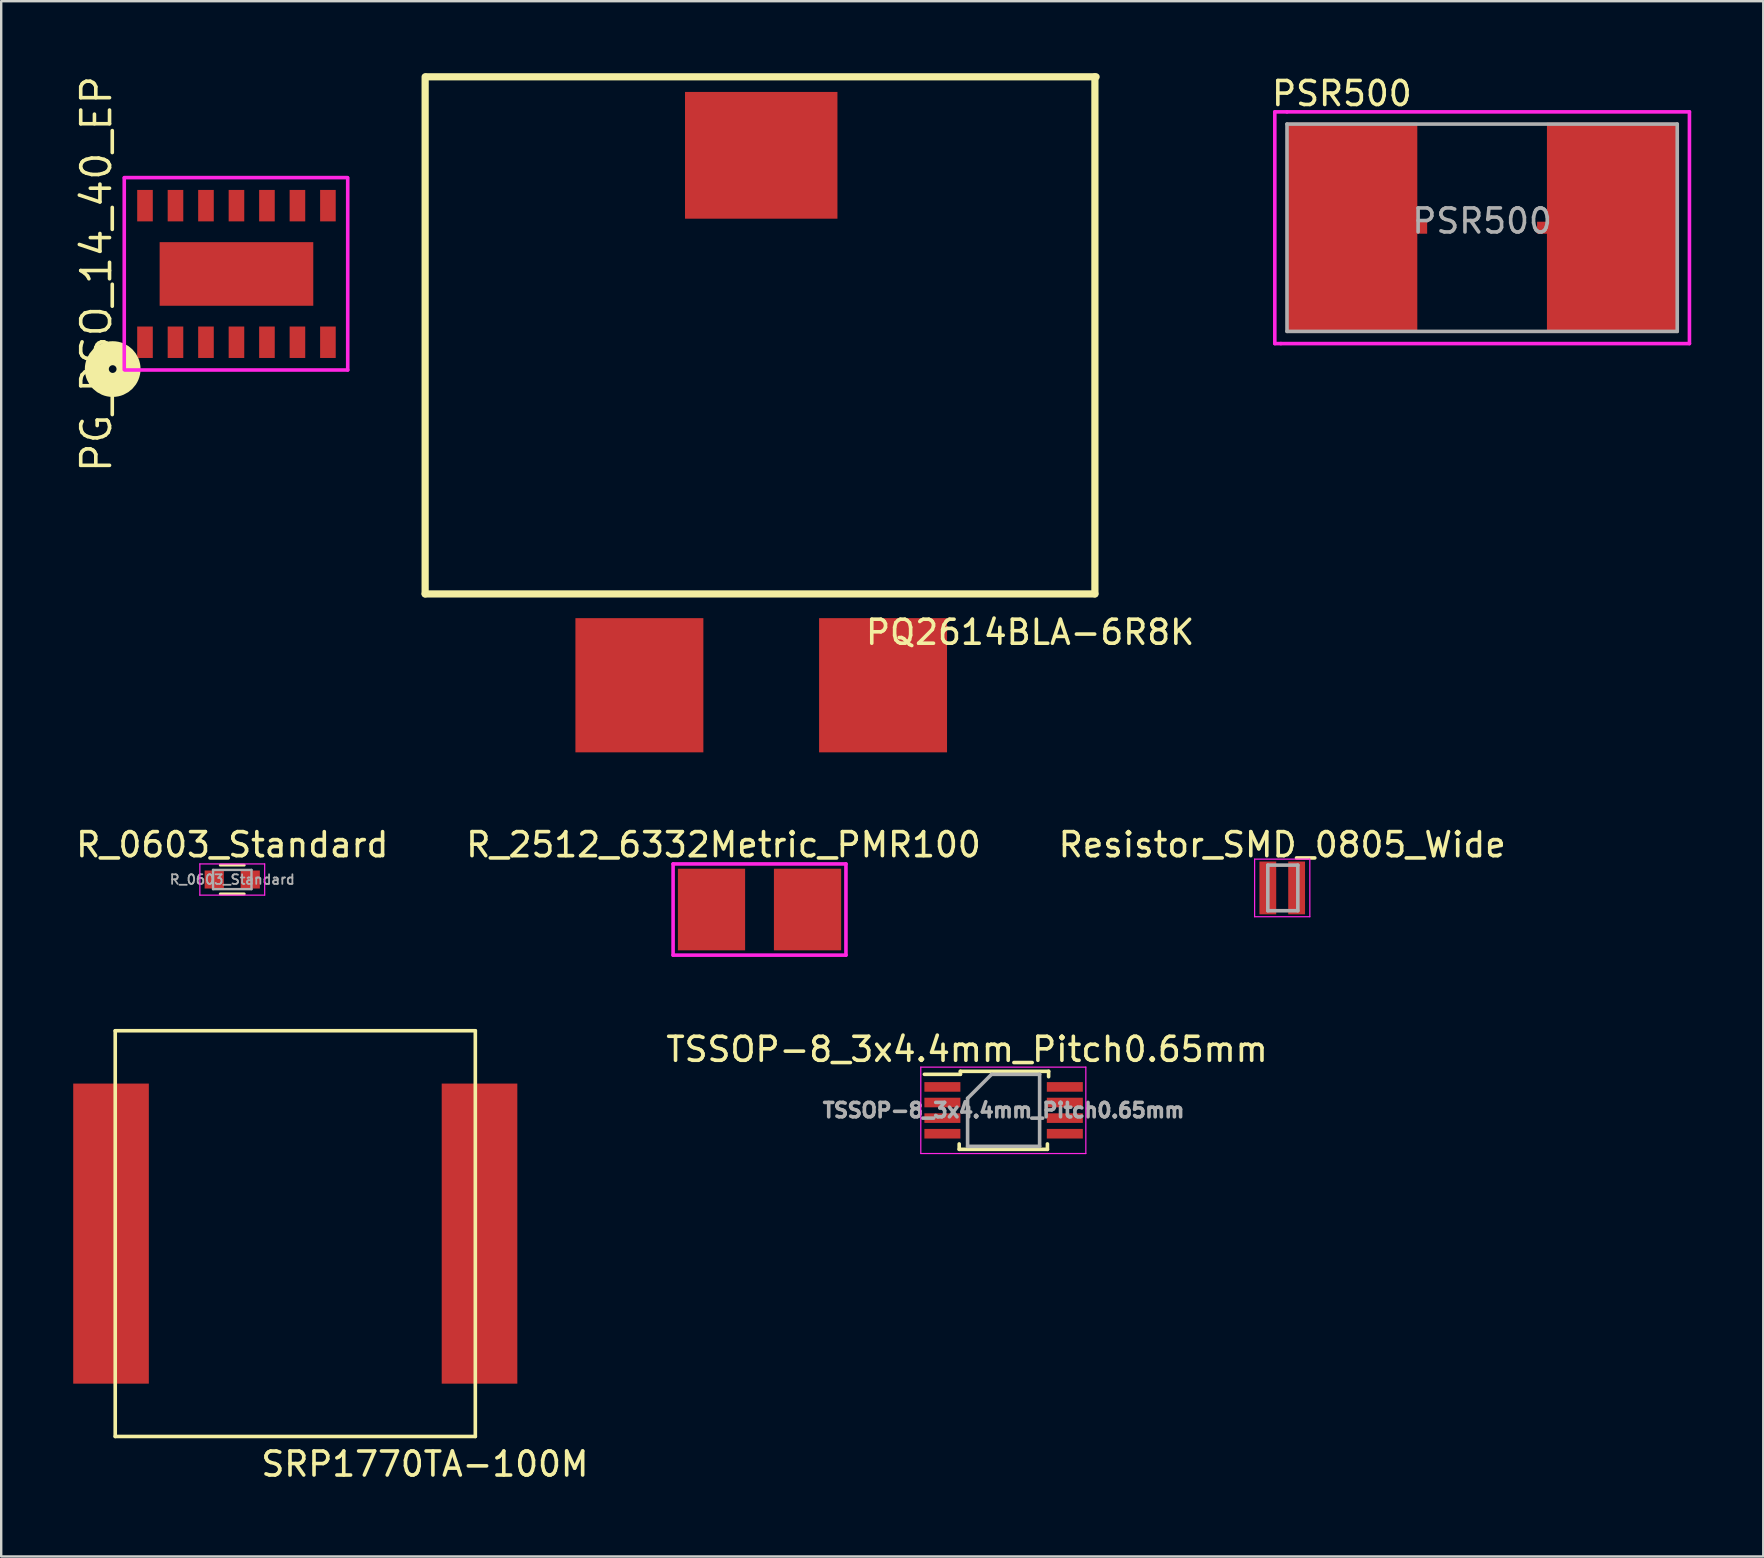
<source format=kicad_pcb>
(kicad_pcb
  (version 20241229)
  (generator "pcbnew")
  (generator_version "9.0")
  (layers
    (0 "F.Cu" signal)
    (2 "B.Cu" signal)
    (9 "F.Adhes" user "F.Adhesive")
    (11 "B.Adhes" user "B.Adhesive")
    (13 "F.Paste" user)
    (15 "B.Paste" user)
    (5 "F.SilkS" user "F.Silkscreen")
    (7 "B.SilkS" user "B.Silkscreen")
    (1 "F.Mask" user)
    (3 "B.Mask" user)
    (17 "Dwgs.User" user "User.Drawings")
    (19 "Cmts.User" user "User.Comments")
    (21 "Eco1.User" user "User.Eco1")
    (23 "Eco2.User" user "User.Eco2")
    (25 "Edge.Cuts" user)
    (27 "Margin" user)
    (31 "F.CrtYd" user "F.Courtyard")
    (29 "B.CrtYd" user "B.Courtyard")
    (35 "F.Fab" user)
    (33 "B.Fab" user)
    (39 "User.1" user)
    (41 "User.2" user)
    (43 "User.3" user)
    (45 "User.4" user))
  (footprint "TSSOP-8_3x4.4mm_Pitch0.65mm"
    (layer "F.Cu")
    (at 38.757 43.202)
    (property "Reference" "TSSOP-8_3x4.4mm_Pitch0.65mm" (at -1.524 -2.54 0) (layer "F.SilkS") (effects (font (size 1 1) (thickness 0.15))))
    (attr smd)
    (fp_line (start -1.85 1.625) (end -1.85 1.4) (stroke (width 0.15) (type solid)) (layer "F.SilkS"))
    (fp_line (start -1.85 1.625) (end 1.825 1.625) (stroke (width 0.15) (type solid)) (layer "F.SilkS"))
    (fp_line (start -1.8 -1.625) (end -1.8 -1.5) (stroke (width 0.15) (type solid)) (layer "F.SilkS"))
    (fp_line (start -1.8 -1.625) (end 1.875 -1.625) (stroke (width 0.15) (type solid)) (layer "F.SilkS"))
    (fp_line (start -1.8 -1.5) (end -3.3 -1.5) (stroke (width 0.15) (type solid)) (layer "F.SilkS"))
    (fp_line (start 1.825 1.625) (end 1.825 1.4) (stroke (width 0.15) (type solid)) (layer "F.SilkS"))
    (fp_line (start 1.875 -1.625) (end 1.875 -1.4) (stroke (width 0.15) (type solid)) (layer "F.SilkS"))
    (fp_line (start -3.45 -1.8) (end -3.45 1.8) (stroke (width 0.05) (type solid)) (layer "F.CrtYd"))
    (fp_line (start -3.45 -1.8) (end 3.425 -1.8) (stroke (width 0.05) (type solid)) (layer "F.CrtYd"))
    (fp_line (start -3.45 1.8) (end 3.425 1.8) (stroke (width 0.05) (type solid)) (layer "F.CrtYd"))
    (fp_line (start 3.425 -1.8) (end 3.425 1.8) (stroke (width 0.05) (type solid)) (layer "F.CrtYd"))
    (fp_line (start -1.5 -0.5) (end -0.5 -1.5) (stroke (width 0.15) (type solid)) (layer "F.Fab"))
    (fp_line (start -1.5 1.5) (end -1.5 -0.5) (stroke (width 0.15) (type solid)) (layer "F.Fab"))
    (fp_line (start -0.5 -1.5) (end 1.5 -1.5) (stroke (width 0.15) (type solid)) (layer "F.Fab"))
    (fp_line (start 1.5 -1.5) (end 1.5 1.5) (stroke (width 0.15) (type solid)) (layer "F.Fab"))
    (fp_line (start 1.5 1.5) (end -1.5 1.5) (stroke (width 0.15) (type solid)) (layer "F.Fab"))
    (fp_text user "${REFERENCE}" (at 0 0 0) (layer "F.Fab") (effects (font (size 0.6 0.6) (thickness 0.15))))
    (pad "1" smd rect (at -2.55 -0.975) (size 1.5 0.4) (layers "F.Cu" "F.Mask" "F.Paste"))
    (pad "2" smd rect (at -2.55 -0.325) (size 1.5 0.4) (layers "F.Cu" "F.Mask" "F.Paste"))
    (pad "3" smd rect (at -2.55 0.325) (size 1.5 0.4) (layers "F.Cu" "F.Mask" "F.Paste"))
    (pad "4" smd rect (at -2.55 0.975) (size 1.5 0.4) (layers "F.Cu" "F.Mask" "F.Paste"))
    (pad "5" smd rect (at 2.55 0.975) (size 1.5 0.4) (layers "F.Cu" "F.Mask" "F.Paste"))
    (pad "6" smd rect (at 2.55 0.325) (size 1.5 0.4) (layers "F.Cu" "F.Mask" "F.Paste"))
    (pad "7" smd rect (at 2.55 -0.325) (size 1.5 0.4) (layers "F.Cu" "F.Mask" "F.Paste"))
    (pad "8" smd rect (at 2.55 -0.975) (size 1.5 0.4) (layers "F.Cu" "F.Mask" "F.Paste")))
  (footprint "PSR500"
    (layer "F.Cu")
    (at 58.69 6.411)
    (property "Reference" "PSR500" (at -5.842 -5.563 0) (layer "F.SilkS") (effects (font (size 1 1) (thickness 0.15))))
    (attr through_hole)
    (fp_line (start -8.636 -4.801) (end -8.128 -4.801) (stroke (width 0.15) (type solid)) (layer "F.CrtYd"))
    (fp_line (start -8.636 4.851) (end -8.636 -4.801) (stroke (width 0.15) (type solid)) (layer "F.CrtYd"))
    (fp_line (start -8.382 4.851) (end -8.636 4.851) (stroke (width 0.15) (type solid)) (layer "F.CrtYd"))
    (fp_line (start -8.128 -4.801) (end 8.636 -4.801) (stroke (width 0.15) (type solid)) (layer "F.CrtYd"))
    (fp_line (start 8.636 -4.801) (end 8.636 4.851) (stroke (width 0.15) (type solid)) (layer "F.CrtYd"))
    (fp_line (start 8.636 4.851) (end -8.382 4.851) (stroke (width 0.15) (type solid)) (layer "F.CrtYd"))
    (fp_line (start -8.128 -4.293) (end 8.128 -4.293) (stroke (width 0.15) (type solid)) (layer "F.Fab"))
    (fp_line (start -8.128 4.343) (end -8.128 -4.293) (stroke (width 0.15) (type solid)) (layer "F.Fab"))
    (fp_line (start 8.128 -4.293) (end 8.128 4.343) (stroke (width 0.15) (type solid)) (layer "F.Fab"))
    (fp_line (start 8.128 4.343) (end -8.128 4.343) (stroke (width 0.15) (type solid)) (layer "F.Fab"))
    (fp_text user "${REFERENCE}" (at 0 -0.254 0) (layer "F.Fab") (effects (font (size 1 1) (thickness 0.15))))
    (pad "1" smd rect (at -5.4 -2.007) (size 4.8 3.8) (layers "F.Cu" "F.Paste"))
    (pad "1" smd rect (at -5.4 0.025) (size 5.4 8.75) (layers "F.Cu" "F.Mask"))
    (pad "1" smd rect (at -5.4 2.057) (size 4.8 3.8) (layers "F.Cu" "F.Paste"))
    (pad "2" smd rect (at -2.54 0.025) (size 0.5 0.5) (layers "F.Cu" "F.Mask"))
    (pad "3" smd rect (at 2.54 0.025) (size 0.5 0.5) (layers "F.Cu" "F.Mask"))
    (pad "4" smd rect (at 5.4 -2.007) (size 4.8 3.8) (layers "F.Cu" "F.Paste"))
    (pad "4" smd rect (at 5.4 0.025) (size 5.4 8.75) (layers "F.Cu" "F.Mask"))
    (pad "4" smd rect (at 5.4 2.057) (size 4.8 3.8) (layers "F.Cu" "F.Paste")))
  (footprint "R_2512_6332Metric_PMR100"
    (layer "F.Cu")
    (at 26.589 34.838)
    (property "Reference" "R_2512_6332Metric_PMR100" (at 0.5 -2.7 0) (layer "F.SilkS") (effects (font (size 1 1) (thickness 0.15))))
    (attr through_hole)
    (fp_line (start -1.6 -1.9) (end -1.6 1.9) (stroke (width 0.15) (type solid)) (layer "F.CrtYd"))
    (fp_line (start -1.6 1.9) (end 5.6 1.9) (stroke (width 0.15) (type solid)) (layer "F.CrtYd"))
    (fp_line (start 5.6 -1.9) (end -1.6 -1.9) (stroke (width 0.15) (type solid)) (layer "F.CrtYd"))
    (fp_line (start 5.6 1.9) (end 5.6 -1.9) (stroke (width 0.15) (type solid)) (layer "F.CrtYd"))
    (pad "1" smd rect (at 0 0) (size 2.8 3.4) (layers "F.Cu" "F.Mask" "F.Paste"))
    (pad "2" smd rect (at 4 0) (size 2.8 3.4) (layers "F.Cu" "F.Mask" "F.Paste")))
  (footprint "SRP1770TA-100M"
    (layer "F.Cu")
    (at 9.25 48.338)
    (property "Reference" "SRP1770TA-100M" (at 5.4 9.6 0) (layer "F.SilkS") (effects (font (size 1 1) (thickness 0.15))))
    (attr through_hole)
    (fp_line (start -7.5 -8.45) (end 7.5 -8.45) (stroke (width 0.15) (type solid)) (layer "F.SilkS"))
    (fp_line (start -7.5 8.45) (end -7.5 -8.45) (stroke (width 0.15) (type solid)) (layer "F.SilkS"))
    (fp_line (start 7.5 -8.45) (end 7.5 8.45) (stroke (width 0.15) (type solid)) (layer "F.SilkS"))
    (fp_line (start 7.5 8.45) (end -7.5 8.45) (stroke (width 0.15) (type solid)) (layer "F.SilkS"))
    (pad "1" smd rect (at -7.675 0) (size 3.15 12.5) (layers "F.Cu" "F.Mask" "F.Paste"))
    (pad "2" smd rect (at 7.675 0) (size 3.15 12.5) (layers "F.Cu" "F.Mask" "F.Paste")))
  (footprint "PQ2614BLA-6R8K"
    (layer "F.Cu")
    (at 28.66 11.14)
    (property "Reference" "PQ2614BLA-6R8K" (at 11.2 12.15 0) (layer "F.SilkS") (effects (font (size 1 1) (thickness 0.15))))
    (attr through_hole)
    (fp_line (start -14 10.55) (end -14 -10.99) (stroke (width 0.3) (type solid)) (layer "F.SilkS"))
    (fp_line (start -14 10.55) (end 13.9 10.55) (stroke (width 0.3) (type solid)) (layer "F.SilkS"))
    (fp_line (start -13.95 -10.99) (end 13.95 -10.99) (stroke (width 0.3) (type solid)) (layer "F.SilkS"))
    (fp_line (start 13.9 10.55) (end 13.9 -10.99) (stroke (width 0.3) (type solid)) (layer "F.SilkS"))
    (pad "1" smd rect (at -5.075 14.355) (size 5.33 5.59) (layers "F.Cu" "F.Mask" "F.Paste"))
    (pad "2" smd rect (at 5.075 14.355) (size 5.33 5.59) (layers "F.Cu" "F.Mask" "F.Paste"))
    (pad "3" smd rect (at 0 -7.72) (size 6.35 5.28) (layers "F.Cu" "F.Mask" "F.Paste")))
  (footprint "R_0603_Standard"
    (layer "F.Cu")
    (at 6.625 33.588)
    (property "Reference" "R_0603_Standard" (at 0 -1.45 0) (layer "F.SilkS") (effects (font (size 1 1) (thickness 0.15))))
    (attr smd)
    (fp_line (start -0.5 -0.6) (end 0.5 -0.6) (stroke (width 0.12) (type solid)) (layer "F.SilkS"))
    (fp_line (start 0.5 0.6) (end -0.5 0.6) (stroke (width 0.12) (type solid)) (layer "F.SilkS"))
    (fp_line (start -1.35 -0.65) (end -1.35 0.65) (stroke (width 0.05) (type solid)) (layer "F.CrtYd"))
    (fp_line (start -1.35 -0.65) (end 1.35 -0.65) (stroke (width 0.05) (type solid)) (layer "F.CrtYd"))
    (fp_line (start 1.35 0.65) (end -1.35 0.65) (stroke (width 0.05) (type solid)) (layer "F.CrtYd"))
    (fp_line (start 1.35 0.65) (end 1.35 -0.65) (stroke (width 0.05) (type solid)) (layer "F.CrtYd"))
    (fp_line (start -0.8 -0.4) (end 0.8 -0.4) (stroke (width 0.1) (type solid)) (layer "F.Fab"))
    (fp_line (start -0.8 0.4) (end -0.8 -0.4) (stroke (width 0.1) (type solid)) (layer "F.Fab"))
    (fp_line (start 0.8 -0.4) (end 0.8 0.4) (stroke (width 0.1) (type solid)) (layer "F.Fab"))
    (fp_line (start 0.8 0.4) (end -0.8 0.4) (stroke (width 0.1) (type solid)) (layer "F.Fab"))
    (fp_text user "${REFERENCE}" (at 0 0 0) (layer "F.Fab") (effects (font (size 0.4 0.4) (thickness 0.075))))
    (pad "1" smd rect (at -0.75 0) (size 0.8 0.75) (layers "F.Cu" "F.Mask" "F.Paste"))
    (pad "2" smd rect (at 0.75 0) (size 0.8 0.75) (layers "F.Cu" "F.Mask" "F.Paste")))
  (footprint "PG_DSO_14_40_EP"
    (layer "F.Cu")
    (at 6.8 8.362)
    (property "Reference" "PG_DSO_14_40_EP" (at -5.835 0 90) (layer "F.SilkS") (effects (font (size 1.2 1.2) (thickness 0.15))))
    (attr through_hole)
    (fp_circle (center -5.156 3.962) (end -5 4) (stroke (width 1) (type solid)) (fill no) (layer "F.SilkS"))
    (fp_line (start -4.674 3.988) (end -4.674 -3.988) (stroke (width 0.15) (type solid)) (layer "F.CrtYd"))
    (fp_line (start -4.635 4) (end 4.635 4) (stroke (width 0.15) (type solid)) (layer "F.CrtYd"))
    (fp_line (start 4.623 -4.013) (end -4.674 -4.013) (stroke (width 0.15) (type solid)) (layer "F.CrtYd"))
    (fp_line (start 4.635 4) (end 4.635 -4) (stroke (width 0.15) (type solid)) (layer "F.CrtYd"))
    (pad "1" smd rect (at -3.81 2.845) (size 0.65 1.31) (layers "F.Cu" "F.Mask" "F.Paste"))
    (pad "2" smd rect (at -2.54 2.845) (size 0.65 1.31) (layers "F.Cu" "F.Mask" "F.Paste"))
    (pad "3" smd rect (at -1.27 2.845) (size 0.65 1.31) (layers "F.Cu" "F.Mask" "F.Paste"))
    (pad "4" smd rect (at 0 2.845) (size 0.65 1.31) (layers "F.Cu" "F.Mask" "F.Paste"))
    (pad "5" smd rect (at 1.27 2.845) (size 0.65 1.31) (layers "F.Cu" "F.Mask" "F.Paste"))
    (pad "6" smd rect (at 2.54 2.845) (size 0.65 1.31) (layers "F.Cu" "F.Mask" "F.Paste"))
    (pad "7" smd rect (at 3.81 2.845) (size 0.65 1.31) (layers "F.Cu" "F.Mask" "F.Paste"))
    (pad "8" smd rect (at 3.81 -2.845) (size 0.65 1.31) (layers "F.Cu" "F.Mask" "F.Paste"))
    (pad "9" smd rect (at 2.54 -2.845) (size 0.65 1.31) (layers "F.Cu" "F.Mask" "F.Paste"))
    (pad "10" smd rect (at 1.27 -2.845) (size 0.65 1.31) (layers "F.Cu" "F.Mask" "F.Paste"))
    (pad "11" smd rect (at 0 -2.845) (size 0.65 1.31) (layers "F.Cu" "F.Mask" "F.Paste"))
    (pad "12" smd rect (at -1.27 -2.845) (size 0.65 1.31) (layers "F.Cu" "F.Mask" "F.Paste"))
    (pad "13" smd rect (at -2.54 -2.845) (size 0.65 1.31) (layers "F.Cu" "F.Mask" "F.Paste"))
    (pad "14" smd rect (at -3.81 -2.845) (size 0.65 1.31) (layers "F.Cu" "F.Mask" "F.Paste"))
    (pad "TAB" smd rect (at 0 0) (size 6.4 2.65) (layers "F.Cu" "F.Mask" "F.Paste")))
  (footprint "Resistor_SMD_0805_Wide"
    (layer "F.Cu")
    (at 50.363 33.938)
    (property "Reference" "Resistor_SMD_0805_Wide" (at 0 -1.8 0) (layer "F.SilkS") (effects (font (size 1 1) (thickness 0.15))))
    (attr through_hole)
    (fp_line (start -1.15 -1.2) (end 1.15 -1.2) (stroke (width 0.05) (type solid)) (layer "F.CrtYd"))
    (fp_line (start -1.15 1.2) (end -1.15 -1.2) (stroke (width 0.05) (type solid)) (layer "F.CrtYd"))
    (fp_line (start 1.15 -1.2) (end 1.15 1.2) (stroke (width 0.05) (type solid)) (layer "F.CrtYd"))
    (fp_line (start 1.15 1.2) (end -1.15 1.2) (stroke (width 0.05) (type solid)) (layer "F.CrtYd"))
    (fp_line (start -0.6 -0.95) (end -0.6 0.95) (stroke (width 0.15) (type solid)) (layer "F.Fab"))
    (fp_line (start -0.6 0.95) (end 0.65 0.95) (stroke (width 0.15) (type solid)) (layer "F.Fab"))
    (fp_line (start 0.65 -0.95) (end -0.6 -0.95) (stroke (width 0.15) (type solid)) (layer "F.Fab"))
    (fp_line (start 0.65 0.95) (end 0.65 -0.95) (stroke (width 0.15) (type solid)) (layer "F.Fab"))
    (pad "1" smd rect (at -0.6 0) (size 0.7 2.2) (layers "F.Cu" "F.Mask" "F.Paste"))
    (pad "2" smd rect (at 0.6 0) (size 0.7 2.2) (layers "F.Cu" "F.Mask" "F.Paste")))
  (gr_rect
    (start -3 -3)
    (end 70.401 61.786)
    (stroke (width 0.1) (type default))
    (fill no)
    (layer "Edge.Cuts")))
</source>
